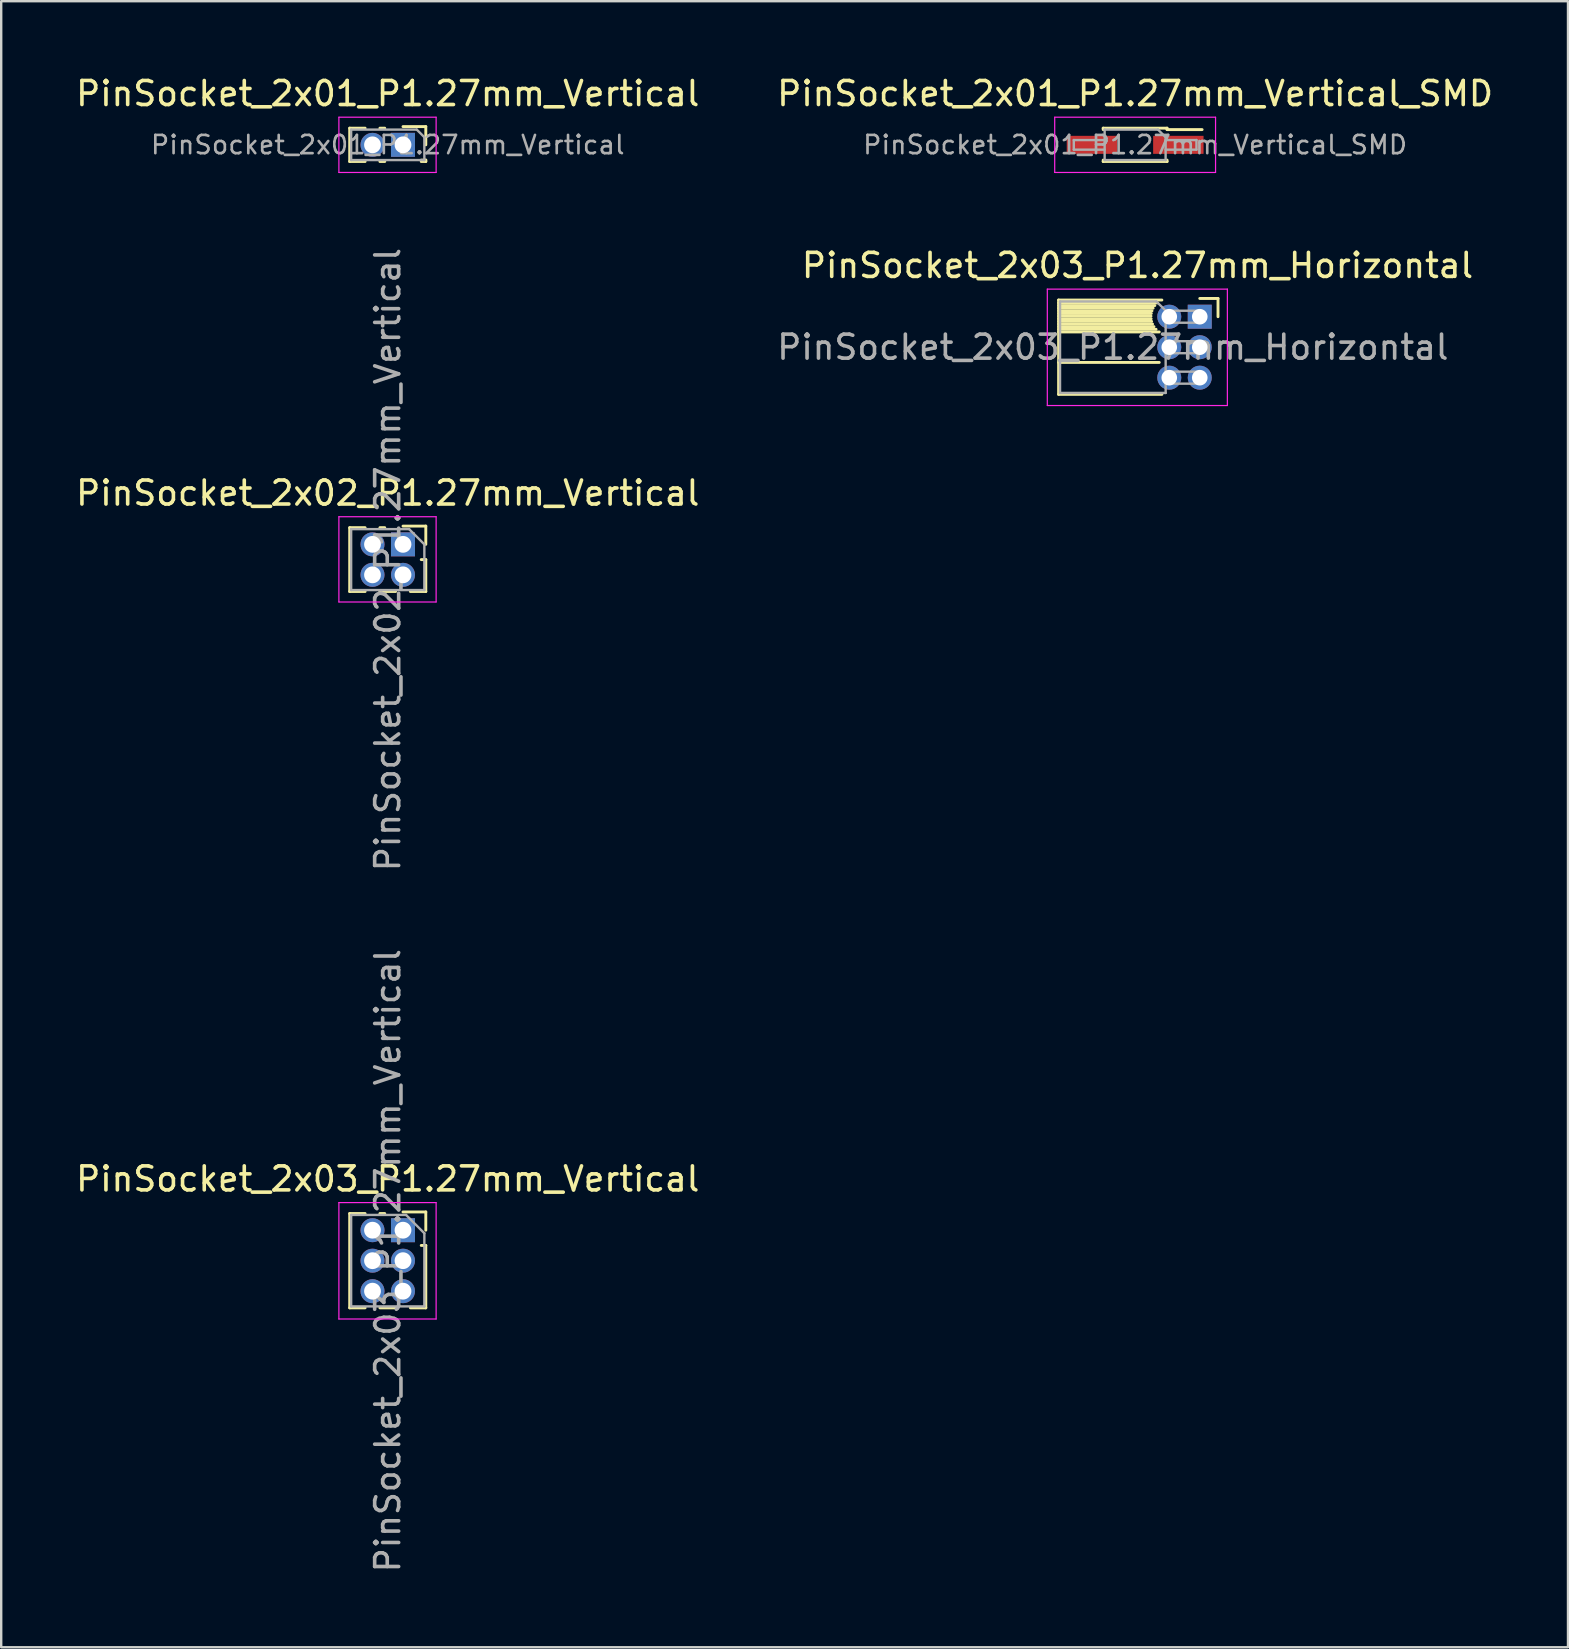
<source format=kicad_pcb>
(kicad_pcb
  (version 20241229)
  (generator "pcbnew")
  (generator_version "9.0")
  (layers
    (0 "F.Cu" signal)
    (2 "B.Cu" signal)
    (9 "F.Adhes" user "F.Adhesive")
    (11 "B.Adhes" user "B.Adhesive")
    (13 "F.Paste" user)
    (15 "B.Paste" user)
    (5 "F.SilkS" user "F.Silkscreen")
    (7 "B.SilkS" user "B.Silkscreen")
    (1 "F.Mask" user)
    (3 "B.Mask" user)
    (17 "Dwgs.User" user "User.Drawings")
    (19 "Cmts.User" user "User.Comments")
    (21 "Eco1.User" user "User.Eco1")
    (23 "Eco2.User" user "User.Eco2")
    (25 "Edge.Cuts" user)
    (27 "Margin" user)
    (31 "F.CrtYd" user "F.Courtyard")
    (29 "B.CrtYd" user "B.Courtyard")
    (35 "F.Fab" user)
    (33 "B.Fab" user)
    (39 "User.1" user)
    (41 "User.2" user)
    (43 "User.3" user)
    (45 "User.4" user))
  (footprint "PinSocket_2x03_P1.27mm_Horizontal"
    (layer "F.Cu")
    (at 46.924 10.142)
    (property "Reference" "PinSocket_2x03_P1.27mm_Horizontal" (at -2.592 -2.135 0) (layer "F.SilkS") (effects (font (size 1 1) (thickness 0.15))))
    (attr through_hole)
    (fp_line (start -5.88 -0.695) (end -5.88 3.235) (stroke (width 0.12) (type solid)) (layer "F.SilkS"))
    (fp_line (start -5.88 -0.695) (end -1.578 -0.695) (stroke (width 0.12) (type solid)) (layer "F.SilkS"))
    (fp_line (start -5.88 -0.575) (end -1.767 -0.575) (stroke (width 0.12) (type solid)) (layer "F.SilkS"))
    (fp_line (start -5.88 -0.465) (end -1.871 -0.465) (stroke (width 0.12) (type solid)) (layer "F.SilkS"))
    (fp_line (start -5.88 -0.355) (end -1.942 -0.355) (stroke (width 0.12) (type solid)) (layer "F.SilkS"))
    (fp_line (start -5.88 -0.245) (end -1.989 -0.245) (stroke (width 0.12) (type solid)) (layer "F.SilkS"))
    (fp_line (start -5.88 -0.135) (end -2.018 -0.135) (stroke (width 0.12) (type solid)) (layer "F.SilkS"))
    (fp_line (start -5.88 -0.025) (end -2.03 -0.025) (stroke (width 0.12) (type solid)) (layer "F.SilkS"))
    (fp_line (start -5.88 0.085) (end -2.025 0.085) (stroke (width 0.12) (type solid)) (layer "F.SilkS"))
    (fp_line (start -5.88 0.195) (end -2.005 0.195) (stroke (width 0.12) (type solid)) (layer "F.SilkS"))
    (fp_line (start -5.88 0.305) (end -1.966 0.305) (stroke (width 0.12) (type solid)) (layer "F.SilkS"))
    (fp_line (start -5.88 0.415) (end -1.907 0.415) (stroke (width 0.12) (type solid)) (layer "F.SilkS"))
    (fp_line (start -5.88 0.525) (end -1.82 0.525) (stroke (width 0.12) (type solid)) (layer "F.SilkS"))
    (fp_line (start -5.88 0.635) (end -1.688 0.635) (stroke (width 0.12) (type solid)) (layer "F.SilkS"))
    (fp_line (start -5.88 1.905) (end -1.688 1.905) (stroke (width 0.12) (type solid)) (layer "F.SilkS"))
    (fp_line (start -5.88 3.235) (end -1.578 3.235) (stroke (width 0.12) (type solid)) (layer "F.SilkS"))
    (fp_line (start 0 -0.76) (end 0.76 -0.76) (stroke (width 0.12) (type solid)) (layer "F.SilkS"))
    (fp_line (start 0.76 -0.76) (end 0.76 0) (stroke (width 0.12) (type solid)) (layer "F.SilkS"))
    (fp_line (start -6.35 -1.15) (end -6.35 3.7) (stroke (width 0.05) (type solid)) (layer "F.CrtYd"))
    (fp_line (start -6.35 3.7) (end 1.15 3.7) (stroke (width 0.05) (type solid)) (layer "F.CrtYd"))
    (fp_line (start 1.15 -1.15) (end -6.35 -1.15) (stroke (width 0.05) (type solid)) (layer "F.CrtYd"))
    (fp_line (start 1.15 3.7) (end 1.15 -1.15) (stroke (width 0.05) (type solid)) (layer "F.CrtYd"))
    (fp_line (start -5.82 -0.635) (end -1.805 -0.635) (stroke (width 0.1) (type solid)) (layer "F.Fab"))
    (fp_line (start -5.82 3.175) (end -5.82 -0.635) (stroke (width 0.1) (type solid)) (layer "F.Fab"))
    (fp_line (start -1.805 -0.635) (end -1.42 -0.25) (stroke (width 0.1) (type solid)) (layer "F.Fab"))
    (fp_line (start -1.42 -0.25) (end -1.42 3.175) (stroke (width 0.1) (type solid)) (layer "F.Fab"))
    (fp_line (start -1.42 0.25) (end 0 0.25) (stroke (width 0.1) (type solid)) (layer "F.Fab"))
    (fp_line (start -1.42 1.52) (end 0 1.52) (stroke (width 0.1) (type solid)) (layer "F.Fab"))
    (fp_line (start -1.42 2.79) (end 0 2.79) (stroke (width 0.1) (type solid)) (layer "F.Fab"))
    (fp_line (start -1.42 3.175) (end -5.82 3.175) (stroke (width 0.1) (type solid)) (layer "F.Fab"))
    (fp_line (start 0 -0.25) (end -1.42 -0.25) (stroke (width 0.1) (type solid)) (layer "F.Fab"))
    (fp_line (start 0 0.25) (end 0 -0.25) (stroke (width 0.1) (type solid)) (layer "F.Fab"))
    (fp_line (start 0 1.02) (end -1.42 1.02) (stroke (width 0.1) (type solid)) (layer "F.Fab"))
    (fp_line (start 0 1.52) (end 0 1.02) (stroke (width 0.1) (type solid)) (layer "F.Fab"))
    (fp_line (start 0 2.29) (end -1.42 2.29) (stroke (width 0.1) (type solid)) (layer "F.Fab"))
    (fp_line (start 0 2.79) (end 0 2.29) (stroke (width 0.1) (type solid)) (layer "F.Fab"))
    (fp_text user "${REFERENCE}" (at -3.62 1.27 0) (layer "F.Fab") (effects (font (size 1 1) (thickness 0.15))))
    (pad "1" thru_hole rect (at 0 0) (size 1 1) (drill 0.65) (layers "*.Cu" "*.Mask"))
    (pad "2" thru_hole circle (at -1.27 0) (size 1 1) (drill 0.65) (layers "*.Cu" "*.Mask"))
    (pad "3" thru_hole circle (at 0 1.27) (size 1 1) (drill 0.65) (layers "*.Cu" "*.Mask"))
    (pad "4" thru_hole circle (at -1.27 1.27) (size 1 1) (drill 0.65) (layers "*.Cu" "*.Mask"))
    (pad "5" thru_hole circle (at 0 2.54) (size 1 1) (drill 0.65) (layers "*.Cu" "*.Mask"))
    (pad "6" thru_hole circle (at -1.27 2.54) (size 1 1) (drill 0.65) (layers "*.Cu" "*.Mask")))
  (footprint "PinSocket_2x03_P1.27mm_Vertical"
    (layer "F.Cu")
    (at 13.736 48.192)
    (property "Reference" "PinSocket_2x03_P1.27mm_Vertical" (at -0.635 -2.135 0) (layer "F.SilkS") (effects (font (size 1 1) (thickness 0.15))))
    (attr through_hole)
    (fp_line (start -2.22 -0.695) (end -2.22 3.235) (stroke (width 0.12) (type solid)) (layer "F.SilkS"))
    (fp_line (start -2.22 -0.695) (end -1.578 -0.695) (stroke (width 0.12) (type solid)) (layer "F.SilkS"))
    (fp_line (start -2.22 3.235) (end -1.578 3.235) (stroke (width 0.12) (type solid)) (layer "F.SilkS"))
    (fp_line (start -0.962 -0.695) (end -0.76 -0.695) (stroke (width 0.12) (type solid)) (layer "F.SilkS"))
    (fp_line (start -0.962 3.235) (end -0.308 3.235) (stroke (width 0.12) (type solid)) (layer "F.SilkS"))
    (fp_line (start 0 -0.76) (end 0.95 -0.76) (stroke (width 0.12) (type solid)) (layer "F.SilkS"))
    (fp_line (start 0.308 3.235) (end 0.95 3.235) (stroke (width 0.12) (type solid)) (layer "F.SilkS"))
    (fp_line (start 0.76 0.635) (end 0.95 0.635) (stroke (width 0.12) (type solid)) (layer "F.SilkS"))
    (fp_line (start 0.95 -0.76) (end 0.95 0) (stroke (width 0.12) (type solid)) (layer "F.SilkS"))
    (fp_line (start 0.95 0.635) (end 0.95 3.235) (stroke (width 0.12) (type solid)) (layer "F.SilkS"))
    (fp_line (start -2.67 -1.15) (end 1.38 -1.15) (stroke (width 0.05) (type solid)) (layer "F.CrtYd"))
    (fp_line (start -2.67 3.7) (end -2.67 -1.15) (stroke (width 0.05) (type solid)) (layer "F.CrtYd"))
    (fp_line (start 1.38 -1.15) (end 1.38 3.7) (stroke (width 0.05) (type solid)) (layer "F.CrtYd"))
    (fp_line (start 1.38 3.7) (end -2.67 3.7) (stroke (width 0.05) (type solid)) (layer "F.CrtYd"))
    (fp_line (start -2.16 -0.635) (end 0.128 -0.635) (stroke (width 0.1) (type solid)) (layer "F.Fab"))
    (fp_line (start -2.16 3.175) (end -2.16 -0.635) (stroke (width 0.1) (type solid)) (layer "F.Fab"))
    (fp_line (start 0.128 -0.635) (end 0.89 0.128) (stroke (width 0.1) (type solid)) (layer "F.Fab"))
    (fp_line (start 0.89 0.128) (end 0.89 3.175) (stroke (width 0.1) (type solid)) (layer "F.Fab"))
    (fp_line (start 0.89 3.175) (end -2.16 3.175) (stroke (width 0.1) (type solid)) (layer "F.Fab"))
    (fp_text user "${REFERENCE}" (at -0.635 1.27 90) (layer "F.Fab") (effects (font (size 1 1) (thickness 0.15))))
    (pad "1" thru_hole rect (at 0 0) (size 1 1) (drill 0.7) (layers "*.Cu" "*.Mask"))
    (pad "2" thru_hole circle (at -1.27 0) (size 1 1) (drill 0.7) (layers "*.Cu" "*.Mask"))
    (pad "3" thru_hole circle (at 0 1.27) (size 1 1) (drill 0.7) (layers "*.Cu" "*.Mask"))
    (pad "4" thru_hole circle (at -1.27 1.27) (size 1 1) (drill 0.7) (layers "*.Cu" "*.Mask"))
    (pad "5" thru_hole circle (at 0 2.54) (size 1 1) (drill 0.7) (layers "*.Cu" "*.Mask"))
    (pad "6" thru_hole circle (at -1.27 2.54) (size 1 1) (drill 0.7) (layers "*.Cu" "*.Mask")))
  (footprint "PinSocket_2x01_P1.27mm_Vertical"
    (layer "F.Cu")
    (at 13.736 2.983)
    (property "Reference" "PinSocket_2x01_P1.27mm_Vertical" (at -0.635 -2.135 0) (layer "F.SilkS") (effects (font (size 1 1) (thickness 0.15))))
    (attr through_hole)
    (fp_line (start -2.22 -0.695) (end -2.22 0.695) (stroke (width 0.12) (type solid)) (layer "F.SilkS"))
    (fp_line (start -2.22 -0.695) (end -1.578 -0.695) (stroke (width 0.12) (type solid)) (layer "F.SilkS"))
    (fp_line (start -2.22 0.695) (end -1.578 0.695) (stroke (width 0.12) (type solid)) (layer "F.SilkS"))
    (fp_line (start -0.962 -0.695) (end -0.76 -0.695) (stroke (width 0.12) (type solid)) (layer "F.SilkS"))
    (fp_line (start -0.962 0.695) (end -0.76 0.695) (stroke (width 0.12) (type solid)) (layer "F.SilkS"))
    (fp_line (start 0 -0.76) (end 0.95 -0.76) (stroke (width 0.12) (type solid)) (layer "F.SilkS"))
    (fp_line (start 0.76 0.635) (end 0.95 0.635) (stroke (width 0.12) (type solid)) (layer "F.SilkS"))
    (fp_line (start 0.76 0.695) (end 0.95 0.695) (stroke (width 0.12) (type solid)) (layer "F.SilkS"))
    (fp_line (start 0.95 -0.76) (end 0.95 0) (stroke (width 0.12) (type solid)) (layer "F.SilkS"))
    (fp_line (start 0.95 0.635) (end 0.95 0.695) (stroke (width 0.12) (type solid)) (layer "F.SilkS"))
    (fp_line (start -2.67 -1.15) (end 1.38 -1.15) (stroke (width 0.05) (type solid)) (layer "F.CrtYd"))
    (fp_line (start -2.67 1.15) (end -2.67 -1.15) (stroke (width 0.05) (type solid)) (layer "F.CrtYd"))
    (fp_line (start 1.38 -1.15) (end 1.38 1.15) (stroke (width 0.05) (type solid)) (layer "F.CrtYd"))
    (fp_line (start 1.38 1.15) (end -2.67 1.15) (stroke (width 0.05) (type solid)) (layer "F.CrtYd"))
    (fp_line (start -2.16 -0.635) (end 0.573 -0.635) (stroke (width 0.1) (type solid)) (layer "F.Fab"))
    (fp_line (start -2.16 0.635) (end -2.16 -0.635) (stroke (width 0.1) (type solid)) (layer "F.Fab"))
    (fp_line (start 0.573 -0.635) (end 0.89 -0.318) (stroke (width 0.1) (type solid)) (layer "F.Fab"))
    (fp_line (start 0.89 -0.318) (end 0.89 0.635) (stroke (width 0.1) (type solid)) (layer "F.Fab"))
    (fp_line (start 0.89 0.635) (end -2.16 0.635) (stroke (width 0.1) (type solid)) (layer "F.Fab"))
    (fp_text user "${REFERENCE}" (at -0.635 0 0) (layer "F.Fab") (effects (font (size 0.76 0.76) (thickness 0.11))))
    (pad "1" thru_hole rect (at 0 0) (size 1 1) (drill 0.7) (layers "*.Cu" "*.Mask"))
    (pad "2" thru_hole circle (at -1.27 0) (size 1 1) (drill 0.7) (layers "*.Cu" "*.Mask")))
  (footprint "PinSocket_2x01_P1.27mm_Vertical_SMD"
    (layer "F.Cu")
    (at 44.232 2.983)
    (property "Reference" "PinSocket_2x01_P1.27mm_Vertical_SMD" (at 0 -2.135 0) (layer "F.SilkS") (effects (font (size 1 1) (thickness 0.15))))
    (attr smd)
    (fp_line (start -1.33 -0.695) (end -1.33 -0.635) (stroke (width 0.12) (type solid)) (layer "F.SilkS"))
    (fp_line (start -1.33 -0.695) (end 1.33 -0.695) (stroke (width 0.12) (type solid)) (layer "F.SilkS"))
    (fp_line (start -1.33 0.635) (end -1.33 0.695) (stroke (width 0.12) (type solid)) (layer "F.SilkS"))
    (fp_line (start -1.33 0.695) (end 1.33 0.695) (stroke (width 0.12) (type solid)) (layer "F.SilkS"))
    (fp_line (start 1.33 -0.695) (end 1.33 -0.635) (stroke (width 0.12) (type solid)) (layer "F.SilkS"))
    (fp_line (start 1.33 -0.635) (end 2.79 -0.635) (stroke (width 0.12) (type solid)) (layer "F.SilkS"))
    (fp_line (start 1.33 0.635) (end 1.33 0.695) (stroke (width 0.12) (type solid)) (layer "F.SilkS"))
    (fp_line (start -3.35 -1.15) (end 3.35 -1.15) (stroke (width 0.05) (type solid)) (layer "F.CrtYd"))
    (fp_line (start -3.35 1.15) (end -3.35 -1.15) (stroke (width 0.05) (type solid)) (layer "F.CrtYd"))
    (fp_line (start 3.35 -1.15) (end 3.35 1.15) (stroke (width 0.05) (type solid)) (layer "F.CrtYd"))
    (fp_line (start 3.35 1.15) (end -3.35 1.15) (stroke (width 0.05) (type solid)) (layer "F.CrtYd"))
    (fp_line (start -2.555 -0.2) (end -1.27 -0.2) (stroke (width 0.1) (type solid)) (layer "F.Fab"))
    (fp_line (start -2.555 0.2) (end -2.555 -0.2) (stroke (width 0.1) (type solid)) (layer "F.Fab"))
    (fp_line (start -1.27 -0.635) (end 0.953 -0.635) (stroke (width 0.1) (type solid)) (layer "F.Fab"))
    (fp_line (start -1.27 0.2) (end -2.555 0.2) (stroke (width 0.1) (type solid)) (layer "F.Fab"))
    (fp_line (start -1.27 0.635) (end -1.27 -0.635) (stroke (width 0.1) (type solid)) (layer "F.Fab"))
    (fp_line (start 0.953 -0.635) (end 1.27 -0.318) (stroke (width 0.1) (type solid)) (layer "F.Fab"))
    (fp_line (start 1.27 -0.318) (end 1.27 0.635) (stroke (width 0.1) (type solid)) (layer "F.Fab"))
    (fp_line (start 1.27 -0.2) (end 2.555 -0.2) (stroke (width 0.1) (type solid)) (layer "F.Fab"))
    (fp_line (start 1.27 0.635) (end -1.27 0.635) (stroke (width 0.1) (type solid)) (layer "F.Fab"))
    (fp_line (start 2.555 -0.2) (end 2.555 0.2) (stroke (width 0.1) (type solid)) (layer "F.Fab"))
    (fp_line (start 2.555 0.2) (end 1.27 0.2) (stroke (width 0.1) (type solid)) (layer "F.Fab"))
    (fp_text user "${REFERENCE}" (at 0 0 0) (layer "F.Fab") (effects (font (size 0.76 0.76) (thickness 0.11))))
    (pad "1" smd rect (at 1.8 0) (size 2.1 0.75) (layers "F.Cu" "F.Mask" "F.Paste"))
    (pad "2" smd rect (at -1.8 0) (size 2.1 0.75) (layers "F.Cu" "F.Mask" "F.Paste")))
  (footprint "PinSocket_2x02_P1.27mm_Vertical"
    (layer "F.Cu")
    (at 13.736 19.624)
    (property "Reference" "PinSocket_2x02_P1.27mm_Vertical" (at -0.635 -2.135 0) (layer "F.SilkS") (effects (font (size 1 1) (thickness 0.15))))
    (attr through_hole)
    (fp_line (start -2.22 -0.695) (end -2.22 1.965) (stroke (width 0.12) (type solid)) (layer "F.SilkS"))
    (fp_line (start -2.22 -0.695) (end -1.578 -0.695) (stroke (width 0.12) (type solid)) (layer "F.SilkS"))
    (fp_line (start -2.22 1.965) (end -1.578 1.965) (stroke (width 0.12) (type solid)) (layer "F.SilkS"))
    (fp_line (start -0.962 -0.695) (end -0.76 -0.695) (stroke (width 0.12) (type solid)) (layer "F.SilkS"))
    (fp_line (start -0.962 1.965) (end -0.308 1.965) (stroke (width 0.12) (type solid)) (layer "F.SilkS"))
    (fp_line (start 0 -0.76) (end 0.95 -0.76) (stroke (width 0.12) (type solid)) (layer "F.SilkS"))
    (fp_line (start 0.308 1.965) (end 0.95 1.965) (stroke (width 0.12) (type solid)) (layer "F.SilkS"))
    (fp_line (start 0.76 0.635) (end 0.95 0.635) (stroke (width 0.12) (type solid)) (layer "F.SilkS"))
    (fp_line (start 0.95 -0.76) (end 0.95 0) (stroke (width 0.12) (type solid)) (layer "F.SilkS"))
    (fp_line (start 0.95 0.635) (end 0.95 1.965) (stroke (width 0.12) (type solid)) (layer "F.SilkS"))
    (fp_line (start -2.67 -1.15) (end 1.38 -1.15) (stroke (width 0.05) (type solid)) (layer "F.CrtYd"))
    (fp_line (start -2.67 2.4) (end -2.67 -1.15) (stroke (width 0.05) (type solid)) (layer "F.CrtYd"))
    (fp_line (start 1.38 -1.15) (end 1.38 2.4) (stroke (width 0.05) (type solid)) (layer "F.CrtYd"))
    (fp_line (start 1.38 2.4) (end -2.67 2.4) (stroke (width 0.05) (type solid)) (layer "F.CrtYd"))
    (fp_line (start -2.16 -0.635) (end 0.255 -0.635) (stroke (width 0.1) (type solid)) (layer "F.Fab"))
    (fp_line (start -2.16 1.905) (end -2.16 -0.635) (stroke (width 0.1) (type solid)) (layer "F.Fab"))
    (fp_line (start 0.255 -0.635) (end 0.89 0) (stroke (width 0.1) (type solid)) (layer "F.Fab"))
    (fp_line (start 0.89 0) (end 0.89 1.905) (stroke (width 0.1) (type solid)) (layer "F.Fab"))
    (fp_line (start 0.89 1.905) (end -2.16 1.905) (stroke (width 0.1) (type solid)) (layer "F.Fab"))
    (fp_text user "${REFERENCE}" (at -0.635 0.635 90) (layer "F.Fab") (effects (font (size 1 1) (thickness 0.15))))
    (pad "1" thru_hole rect (at 0 0) (size 1 1) (drill 0.7) (layers "*.Cu" "*.Mask"))
    (pad "2" thru_hole circle (at -1.27 0) (size 1 1) (drill 0.7) (layers "*.Cu" "*.Mask"))
    (pad "3" thru_hole circle (at 0 1.27) (size 1 1) (drill 0.7) (layers "*.Cu" "*.Mask"))
    (pad "4" thru_hole circle (at -1.27 1.27) (size 1 1) (drill 0.7) (layers "*.Cu" "*.Mask")))
  (gr_rect
    (start -3 -3)
    (end 62.262 65.563)
    (stroke (width 0.1) (type default))
    (fill no)
    (layer "Edge.Cuts")))
</source>
